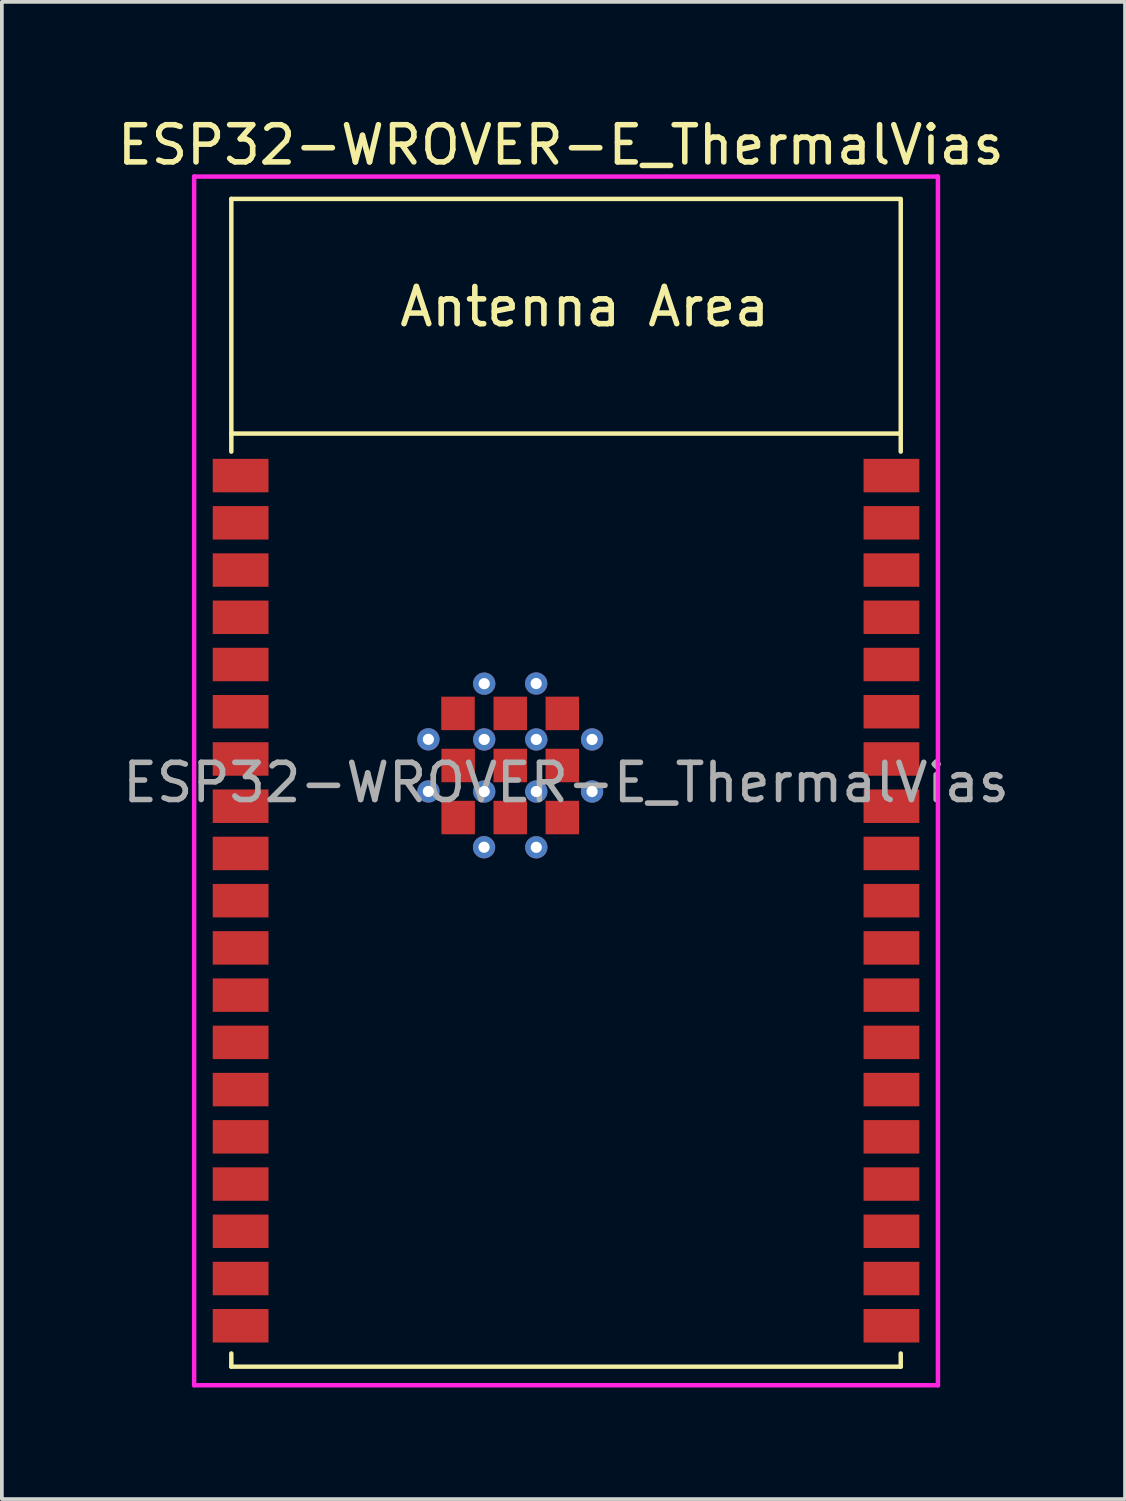
<source format=kicad_pcb>
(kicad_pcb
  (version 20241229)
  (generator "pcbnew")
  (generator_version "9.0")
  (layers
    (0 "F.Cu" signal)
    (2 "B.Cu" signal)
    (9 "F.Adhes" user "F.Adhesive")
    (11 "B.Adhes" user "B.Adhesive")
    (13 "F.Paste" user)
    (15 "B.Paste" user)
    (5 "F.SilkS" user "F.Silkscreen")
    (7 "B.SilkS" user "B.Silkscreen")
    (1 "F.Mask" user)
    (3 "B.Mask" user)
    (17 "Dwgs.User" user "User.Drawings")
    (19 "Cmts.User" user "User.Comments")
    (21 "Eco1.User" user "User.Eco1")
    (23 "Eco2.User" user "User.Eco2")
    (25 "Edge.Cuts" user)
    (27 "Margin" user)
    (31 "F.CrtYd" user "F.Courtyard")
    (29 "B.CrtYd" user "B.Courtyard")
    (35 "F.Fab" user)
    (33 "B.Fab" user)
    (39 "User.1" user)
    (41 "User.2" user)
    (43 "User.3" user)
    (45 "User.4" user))
  (footprint "ESP32-WROVER-E_ThermalVias"
    (layer "F.Cu")
    (at 12.17 17.993)
    (property "Reference" "ESP32-WROVER-E_ThermalVias" (at -0.14 -17.145 0) (layer "F.SilkS") (effects (font (size 1 1) (thickness 0.15))))
    (attr smd)
    (fp_line (start -9 -15.695) (end -9 -8.9) (stroke (width 0.12) (type solid)) (layer "F.SilkS"))
    (fp_line (start -9 -9.385) (end 9 -9.385) (stroke (width 0.12) (type solid)) (layer "F.SilkS"))
    (fp_line (start -9 15.705) (end -9 15.35) (stroke (width 0.12) (type solid)) (layer "F.SilkS"))
    (fp_line (start -9 15.705) (end 9 15.705) (stroke (width 0.12) (type solid)) (layer "F.SilkS"))
    (fp_line (start 9 -15.695) (end -9 -15.695) (stroke (width 0.12) (type solid)) (layer "F.SilkS"))
    (fp_line (start 9 -15.65) (end 9 -8.9) (stroke (width 0.12) (type solid)) (layer "F.SilkS"))
    (fp_line (start 9 15.705) (end 9 15.35) (stroke (width 0.12) (type solid)) (layer "F.SilkS"))
    (fp_line (start -9 -15.695) (end -9 15.705) (stroke (width 0.12) (type solid)) (layer "Eco2.User"))
    (fp_line (start -9 -9.385) (end 9 -9.385) (stroke (width 0.12) (type solid)) (layer "Eco2.User"))
    (fp_line (start -9 15.705) (end 9 15.705) (stroke (width 0.12) (type solid)) (layer "Eco2.User"))
    (fp_line (start 9 -15.695) (end -9 -15.695) (stroke (width 0.12) (type solid)) (layer "Eco2.User"))
    (fp_line (start 9 15.705) (end 9 -15.695) (stroke (width 0.12) (type solid)) (layer "Eco2.User"))
    (fp_line (start -10 -16.295) (end 10 -16.295) (stroke (width 0.12) (type solid)) (layer "F.CrtYd"))
    (fp_line (start -10 16.205) (end -10 -16.295) (stroke (width 0.12) (type solid)) (layer "F.CrtYd"))
    (fp_line (start 10 -16.295) (end 10 16.205) (stroke (width 0.12) (type solid)) (layer "F.CrtYd"))
    (fp_line (start 10 16.205) (end -10 16.205) (stroke (width 0.12) (type solid)) (layer "F.CrtYd"))
    (fp_text user "Antenna Area" (at 0.5 -12.795 0) (unlocked yes) (layer "F.SilkS") (effects (font (size 1 1) (thickness 0.15))))
    (fp_text user "${REFERENCE}" (at 0 0 0) (layer "F.Fab") (effects (font (size 1 1) (thickness 0.15))))
    (pad "1" smd rect (at -8.75 -8.255) (size 1.5 0.9) (layers "F.Cu" "F.Mask" "F.Paste"))
    (pad "2" smd rect (at -8.75 -6.985) (size 1.5 0.9) (layers "F.Cu" "F.Mask" "F.Paste"))
    (pad "3" smd rect (at -8.75 -5.715) (size 1.5 0.9) (layers "F.Cu" "F.Mask" "F.Paste"))
    (pad "4" smd rect (at -8.75 -4.445) (size 1.5 0.9) (layers "F.Cu" "F.Mask" "F.Paste"))
    (pad "5" smd rect (at -8.75 -3.175) (size 1.5 0.9) (layers "F.Cu" "F.Mask" "F.Paste"))
    (pad "6" smd rect (at -8.75 -1.905) (size 1.5 0.9) (layers "F.Cu" "F.Mask" "F.Paste"))
    (pad "7" smd rect (at -8.75 -0.635) (size 1.5 0.9) (layers "F.Cu" "F.Mask" "F.Paste"))
    (pad "8" smd rect (at -8.75 0.635) (size 1.5 0.9) (layers "F.Cu" "F.Mask" "F.Paste"))
    (pad "9" smd rect (at -8.75 1.905) (size 1.5 0.9) (layers "F.Cu" "F.Mask" "F.Paste"))
    (pad "10" smd rect (at -8.75 3.175) (size 1.5 0.9) (layers "F.Cu" "F.Mask" "F.Paste"))
    (pad "11" smd rect (at -8.75 4.445) (size 1.5 0.9) (layers "F.Cu" "F.Mask" "F.Paste"))
    (pad "12" smd rect (at -8.75 5.715) (size 1.5 0.9) (layers "F.Cu" "F.Mask" "F.Paste"))
    (pad "13" smd rect (at -8.75 6.985) (size 1.5 0.9) (layers "F.Cu" "F.Mask" "F.Paste"))
    (pad "14" smd rect (at -8.75 8.255) (size 1.5 0.9) (layers "F.Cu" "F.Mask" "F.Paste"))
    (pad "15" smd rect (at -8.75 9.525) (size 1.5 0.9) (layers "F.Cu" "F.Mask" "F.Paste"))
    (pad "16" smd rect (at -8.75 10.795) (size 1.5 0.9) (layers "F.Cu" "F.Mask" "F.Paste"))
    (pad "17" smd rect (at -8.75 12.065) (size 1.5 0.9) (layers "F.Cu" "F.Mask" "F.Paste"))
    (pad "18" smd rect (at -8.75 13.335) (size 1.5 0.9) (layers "F.Cu" "F.Mask" "F.Paste"))
    (pad "19" smd rect (at -8.75 14.605) (size 1.5 0.9) (layers "F.Cu" "F.Mask" "F.Paste"))
    (pad "20" smd rect (at 8.75 14.605) (size 1.5 0.9) (layers "F.Cu" "F.Mask" "F.Paste"))
    (pad "21" smd rect (at 8.75 13.335) (size 1.5 0.9) (layers "F.Cu" "F.Mask" "F.Paste"))
    (pad "22" smd rect (at 8.75 12.065) (size 1.5 0.9) (layers "F.Cu" "F.Mask" "F.Paste"))
    (pad "23" smd rect (at 8.75 10.795) (size 1.5 0.9) (layers "F.Cu" "F.Mask" "F.Paste"))
    (pad "24" smd rect (at 8.75 9.525) (size 1.5 0.9) (layers "F.Cu" "F.Mask" "F.Paste"))
    (pad "25" smd rect (at 8.75 8.255) (size 1.5 0.9) (layers "F.Cu" "F.Mask" "F.Paste"))
    (pad "26" smd rect (at 8.75 6.985) (size 1.5 0.9) (layers "F.Cu" "F.Mask" "F.Paste"))
    (pad "27" smd rect (at 8.75 5.715) (size 1.5 0.9) (layers "F.Cu" "F.Mask" "F.Paste"))
    (pad "28" smd rect (at 8.75 4.445) (size 1.5 0.9) (layers "F.Cu" "F.Mask" "F.Paste"))
    (pad "29" smd rect (at 8.75 3.175) (size 1.5 0.9) (layers "F.Cu" "F.Mask" "F.Paste"))
    (pad "30" smd rect (at 8.75 1.905) (size 1.5 0.9) (layers "F.Cu" "F.Mask" "F.Paste"))
    (pad "31" smd rect (at 8.75 0.635) (size 1.5 0.9) (layers "F.Cu" "F.Mask" "F.Paste"))
    (pad "32" smd rect (at 8.75 -0.635) (size 1.5 0.9) (layers "F.Cu" "F.Mask" "F.Paste"))
    (pad "33" smd rect (at 8.75 -1.905) (size 1.5 0.9) (layers "F.Cu" "F.Mask" "F.Paste"))
    (pad "34" smd rect (at 8.75 -3.175) (size 1.5 0.9) (layers "F.Cu" "F.Mask" "F.Paste"))
    (pad "35" smd rect (at 8.75 -4.445) (size 1.5 0.9) (layers "F.Cu" "F.Mask" "F.Paste"))
    (pad "36" smd rect (at 8.75 -5.715) (size 1.5 0.9) (layers "F.Cu" "F.Mask" "F.Paste"))
    (pad "37" smd rect (at 8.75 -6.985) (size 1.5 0.9) (layers "F.Cu" "F.Mask" "F.Paste"))
    (pad "38" smd rect (at 8.75 -8.255) (size 1.5 0.9) (layers "F.Cu" "F.Mask" "F.Paste"))
    (pad "39" thru_hole circle (at -3.701 -1.163) (size 0.6 0.6) (drill 0.3) (layers "*.Cu" "*.Mask"))
    (pad "39" thru_hole circle (at -3.701 0.238) (size 0.6 0.6) (drill 0.3) (layers "*.Cu" "*.Mask"))
    (pad "39" smd rect (at -2.905 -1.86) (size 0.9 0.9) (layers "F.Cu" "F.Mask" "F.Paste"))
    (pad "39" smd rect (at -2.9 -0.46) (size 0.9 0.9) (layers "F.Cu" "F.Mask" "F.Paste"))
    (pad "39" smd rect (at -2.9 0.94) (size 0.9 0.9) (layers "F.Cu" "F.Mask" "F.Paste"))
    (pad "39" thru_hole circle (at -2.204 1.738) (size 0.6 0.6) (drill 0.3) (layers "*.Cu" "*.Mask"))
    (pad "39" thru_hole circle (at -2.2 -2.66) (size 0.6 0.6) (drill 0.3) (layers "*.Cu" "*.Mask"))
    (pad "39" thru_hole circle (at -2.2 -1.16) (size 0.6 0.6) (drill 0.3) (layers "*.Cu" "*.Mask"))
    (pad "39" thru_hole circle (at -2.2 0.24) (size 0.6 0.6) (drill 0.3) (layers "*.Cu" "*.Mask"))
    (pad "39" smd rect (at -1.5 -1.86) (size 0.9 0.9) (layers "F.Cu" "F.Mask" "F.Paste"))
    (pad "39" smd rect (at -1.5 -0.46) (size 0.9 0.9) (layers "F.Cu" "F.Mask" "F.Paste"))
    (pad "39" smd rect (at -1.5 0.94) (size 0.9 0.9) (layers "F.Cu" "F.Mask" "F.Paste"))
    (pad "39" thru_hole circle (at -0.803 -2.664) (size 0.6 0.6) (drill 0.3) (layers "*.Cu" "*.Mask"))
    (pad "39" thru_hole circle (at -0.8 -1.16) (size 0.6 0.6) (drill 0.3) (layers "*.Cu" "*.Mask"))
    (pad "39" thru_hole circle (at -0.8 0.24) (size 0.6 0.6) (drill 0.3) (layers "*.Cu" "*.Mask"))
    (pad "39" thru_hole circle (at -0.8 1.74) (size 0.6 0.6) (drill 0.3) (layers "*.Cu" "*.Mask"))
    (pad "39" smd rect (at -0.1 -1.86) (size 0.9 0.9) (layers "F.Cu" "F.Mask" "F.Paste"))
    (pad "39" smd rect (at -0.1 -0.46) (size 0.9 0.9) (layers "F.Cu" "F.Mask" "F.Paste"))
    (pad "39" smd rect (at -0.1 0.94) (size 0.9 0.9) (layers "F.Cu" "F.Mask" "F.Paste"))
    (pad "39" thru_hole circle (at 0.7 -1.16) (size 0.6 0.6) (drill 0.3) (layers "*.Cu" "*.Mask"))
    (pad "39" thru_hole circle (at 0.7 0.24) (size 0.6 0.6) (drill 0.3) (layers "*.Cu" "*.Mask")))
  (gr_rect
    (start -3 -3)
    (end 27.2 37.258)
    (stroke (width 0.1) (type default))
    (fill no)
    (layer "Edge.Cuts")))
</source>
